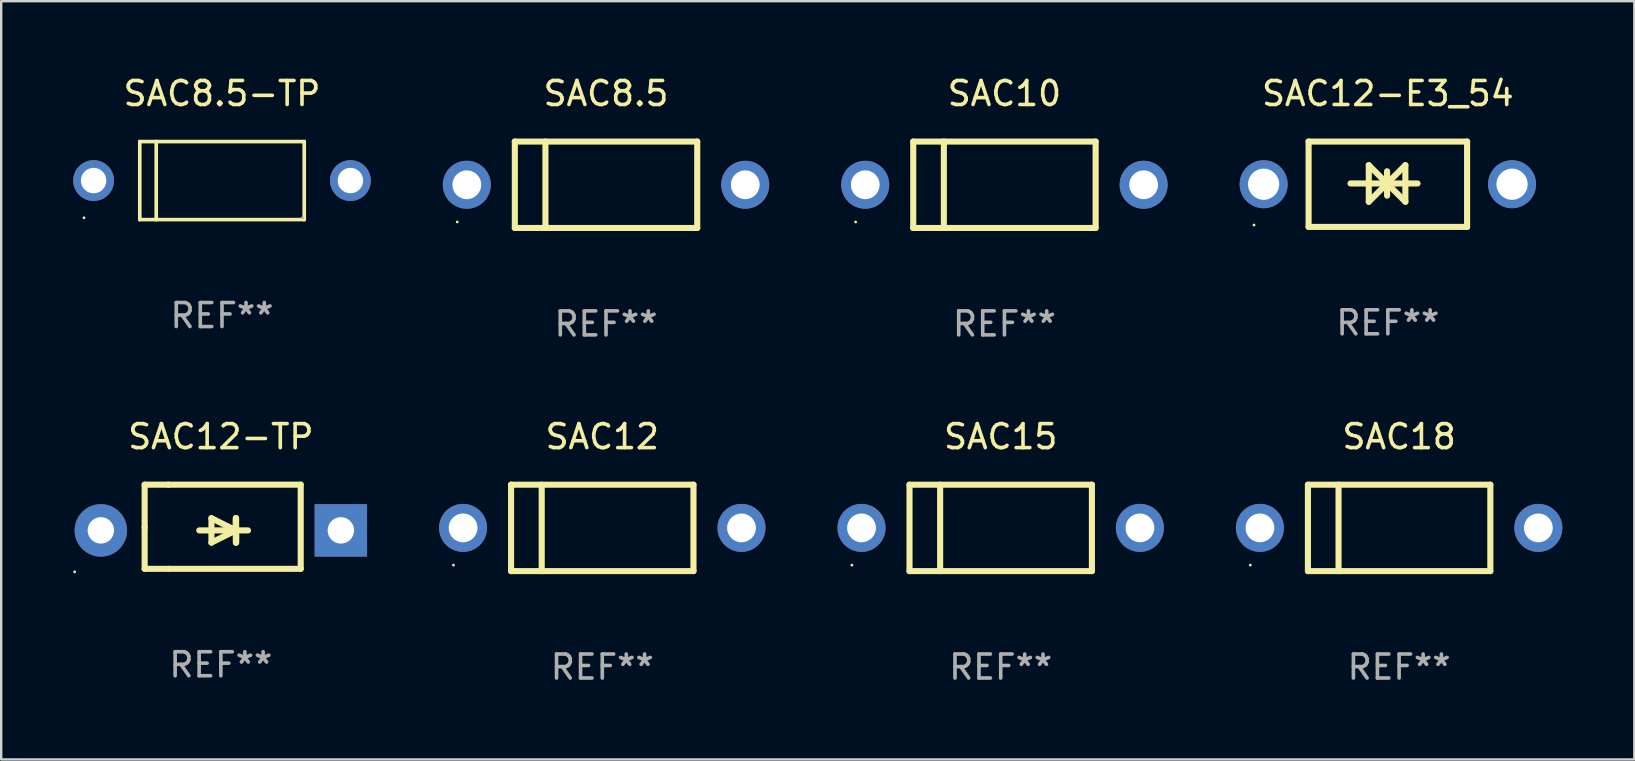
<source format=kicad_pcb>
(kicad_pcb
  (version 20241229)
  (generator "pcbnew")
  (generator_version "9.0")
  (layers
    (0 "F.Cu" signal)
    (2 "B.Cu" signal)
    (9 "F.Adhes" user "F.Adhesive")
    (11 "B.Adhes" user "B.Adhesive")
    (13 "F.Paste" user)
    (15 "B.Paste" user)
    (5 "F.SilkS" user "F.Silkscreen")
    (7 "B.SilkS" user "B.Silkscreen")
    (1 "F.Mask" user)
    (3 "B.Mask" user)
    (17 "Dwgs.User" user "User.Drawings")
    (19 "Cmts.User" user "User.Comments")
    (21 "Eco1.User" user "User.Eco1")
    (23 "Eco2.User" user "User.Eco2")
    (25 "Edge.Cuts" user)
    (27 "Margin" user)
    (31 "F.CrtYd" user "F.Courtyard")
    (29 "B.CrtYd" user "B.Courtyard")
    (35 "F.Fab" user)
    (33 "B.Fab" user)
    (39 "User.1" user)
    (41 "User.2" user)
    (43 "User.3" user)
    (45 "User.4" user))
  (footprint "SAC12-TP"
    (layer "F.Cu")
    (at 6.152 18.897)
    (property "Reference" "SAC12-TP" (at 0 -3.753 0) (layer "F.SilkS") (effects (font (size 1 1) (thickness 0.15))))
    (attr through_hole)
    (fp_line (start -3.175 -1.753) (end -2.184 -1.753) (stroke (width 0.254) (type solid)) (layer "F.SilkS"))
    (fp_line (start -3.175 0.025) (end -3.175 -1.753) (stroke (width 0.254) (type solid)) (layer "F.SilkS"))
    (fp_line (start -3.175 1.753) (end -3.175 0.025) (stroke (width 0.254) (type solid)) (layer "F.SilkS"))
    (fp_line (start -2.184 -1.753) (end 3.327 -1.753) (stroke (width 0.254) (type solid)) (layer "F.SilkS"))
    (fp_line (start -2.184 1.753) (end -3.175 1.753) (stroke (width 0.254) (type solid)) (layer "F.SilkS"))
    (fp_line (start -0.9 0.152) (end 1.132 0.152) (stroke (width 0.254) (type solid)) (layer "F.SilkS"))
    (fp_line (start -0.392 -0.356) (end -0.392 0.66) (stroke (width 0.254) (type solid)) (layer "F.SilkS"))
    (fp_line (start -0.392 0.66) (end 0.624 0.152) (stroke (width 0.254) (type solid)) (layer "F.SilkS"))
    (fp_line (start 0.624 -0.356) (end 0.624 0.66) (stroke (width 0.254) (type solid)) (layer "F.SilkS"))
    (fp_line (start 0.624 0.152) (end -0.392 -0.356) (stroke (width 0.254) (type solid)) (layer "F.SilkS"))
    (fp_line (start 0.624 0.152) (end 0.624 -0.356) (stroke (width 0.254) (type solid)) (layer "F.SilkS"))
    (fp_line (start 0.636 0.152) (end 0.636 0.66) (stroke (width 0.254) (type solid)) (layer "F.SilkS"))
    (fp_line (start 0.636 0.66) (end 0.636 -0.356) (stroke (width 0.254) (type solid)) (layer "F.SilkS"))
    (fp_line (start 3.327 -1.753) (end 3.327 1.753) (stroke (width 0.254) (type solid)) (layer "F.SilkS"))
    (fp_line (start 3.327 1.753) (end -2.184 1.753) (stroke (width 0.254) (type solid)) (layer "F.SilkS"))
    (fp_circle (center -6.092 1.88) (end -6.062 1.88) (stroke (width 0.06) (type solid)) (fill no) (layer "F.SilkS"))
    (fp_text user "REF**" (at 0 5.753 0) (layer "F.Fab") (effects (font (size 1 1) (thickness 0.15))))
    (pad "1" thru_hole circle (at -5 0.152) (size 2.184 2.184) (drill 1.102) (layers "*.Cu" "*.Mask"))
    (pad "2" thru_hole rect (at 5 0.152) (size 2.184 2.184) (drill 1.102) (layers "*.Cu" "*.Mask")))
  (footprint "SAC10"
    (layer "F.Cu")
    (at 38.8 4.648)
    (property "Reference" "SAC10" (at 0 -3.8 0) (layer "F.SilkS") (effects (font (size 1 1) (thickness 0.15))))
    (attr through_hole)
    (fp_line (start -3.8 -1.8) (end -3.8 1.8) (stroke (width 0.254) (type solid)) (layer "F.SilkS"))
    (fp_line (start -3.8 -1.8) (end 3.8 -1.8) (stroke (width 0.254) (type solid)) (layer "F.SilkS"))
    (fp_line (start -3.8 1.8) (end 3.8 1.8) (stroke (width 0.254) (type solid)) (layer "F.SilkS"))
    (fp_line (start -2.524 -1.8) (end -2.524 1.8) (stroke (width 0.254) (type solid)) (layer "F.SilkS"))
    (fp_line (start 3.8 -1.8) (end 3.8 1.8) (stroke (width 0.254) (type solid)) (layer "F.SilkS"))
    (fp_circle (center -6.2 1.55) (end -6.17 1.55) (stroke (width 0.06) (type solid)) (fill no) (layer "F.SilkS"))
    (fp_text user "REF**" (at 0 5.8 0) (layer "F.Fab") (effects (font (size 1 1) (thickness 0.15))))
    (pad "1" thru_hole circle (at -5.8 0) (size 2 2) (drill 1.2) (layers "*.Cu" "*.Mask"))
    (pad "2" thru_hole circle (at 5.8 0) (size 2 2) (drill 1.2) (layers "*.Cu" "*.Mask")))
  (footprint "SAC12"
    (layer "F.Cu")
    (at 22.044 18.945)
    (property "Reference" "SAC12" (at 0 -3.8 0) (layer "F.SilkS") (effects (font (size 1 1) (thickness 0.15))))
    (attr through_hole)
    (fp_line (start -3.8 -1.8) (end -3.8 1.8) (stroke (width 0.254) (type solid)) (layer "F.SilkS"))
    (fp_line (start -3.8 -1.8) (end 3.8 -1.8) (stroke (width 0.254) (type solid)) (layer "F.SilkS"))
    (fp_line (start -3.8 1.8) (end 3.8 1.8) (stroke (width 0.254) (type solid)) (layer "F.SilkS"))
    (fp_line (start -2.524 -1.8) (end -2.524 1.8) (stroke (width 0.254) (type solid)) (layer "F.SilkS"))
    (fp_line (start 3.8 -1.8) (end 3.8 1.8) (stroke (width 0.254) (type solid)) (layer "F.SilkS"))
    (fp_circle (center -6.2 1.55) (end -6.17 1.55) (stroke (width 0.06) (type solid)) (fill no) (layer "F.SilkS"))
    (fp_text user "REF**" (at 0 5.8 0) (layer "F.Fab") (effects (font (size 1 1) (thickness 0.15))))
    (pad "1" thru_hole circle (at -5.8 0) (size 2 2) (drill 1.2) (layers "*.Cu" "*.Mask"))
    (pad "2" thru_hole circle (at 5.8 0) (size 2 2) (drill 1.2) (layers "*.Cu" "*.Mask")))
  (footprint "SAC8.5"
    (layer "F.Cu")
    (at 22.2 4.648)
    (property "Reference" "SAC8.5" (at 0 -3.8 0) (layer "F.SilkS") (effects (font (size 1 1) (thickness 0.15))))
    (attr through_hole)
    (fp_line (start -3.8 -1.8) (end -3.8 1.8) (stroke (width 0.254) (type solid)) (layer "F.SilkS"))
    (fp_line (start -3.8 -1.8) (end 3.8 -1.8) (stroke (width 0.254) (type solid)) (layer "F.SilkS"))
    (fp_line (start -3.8 1.8) (end 3.8 1.8) (stroke (width 0.254) (type solid)) (layer "F.SilkS"))
    (fp_line (start -2.524 -1.8) (end -2.524 1.8) (stroke (width 0.254) (type solid)) (layer "F.SilkS"))
    (fp_line (start 3.8 -1.8) (end 3.8 1.8) (stroke (width 0.254) (type solid)) (layer "F.SilkS"))
    (fp_circle (center -6.2 1.55) (end -6.17 1.55) (stroke (width 0.06) (type solid)) (fill no) (layer "F.SilkS"))
    (fp_text user "REF**" (at 0 5.8 0) (layer "F.Fab") (effects (font (size 1 1) (thickness 0.15))))
    (pad "1" thru_hole circle (at -5.8 0) (size 2 2) (drill 1.2) (layers "*.Cu" "*.Mask"))
    (pad "2" thru_hole circle (at 5.8 0) (size 2 2) (drill 1.2) (layers "*.Cu" "*.Mask")))
  (footprint "SAC15"
    (layer "F.Cu")
    (at 38.645 18.945)
    (property "Reference" "SAC15" (at 0 -3.8 0) (layer "F.SilkS") (effects (font (size 1 1) (thickness 0.15))))
    (attr through_hole)
    (fp_line (start -3.8 -1.8) (end -3.8 1.8) (stroke (width 0.254) (type solid)) (layer "F.SilkS"))
    (fp_line (start -3.8 -1.8) (end 3.8 -1.8) (stroke (width 0.254) (type solid)) (layer "F.SilkS"))
    (fp_line (start -3.8 1.8) (end 3.8 1.8) (stroke (width 0.254) (type solid)) (layer "F.SilkS"))
    (fp_line (start -2.524 -1.8) (end -2.524 1.8) (stroke (width 0.254) (type solid)) (layer "F.SilkS"))
    (fp_line (start 3.8 -1.8) (end 3.8 1.8) (stroke (width 0.254) (type solid)) (layer "F.SilkS"))
    (fp_circle (center -6.2 1.55) (end -6.17 1.55) (stroke (width 0.06) (type solid)) (fill no) (layer "F.SilkS"))
    (fp_text user "REF**" (at 0 5.8 0) (layer "F.Fab") (effects (font (size 1 1) (thickness 0.15))))
    (pad "1" thru_hole circle (at -5.8 0) (size 2 2) (drill 1.2) (layers "*.Cu" "*.Mask"))
    (pad "2" thru_hole circle (at 5.8 0) (size 2 2) (drill 1.2) (layers "*.Cu" "*.Mask")))
  (footprint "SAC8.5-TP"
    (layer "F.Cu")
    (at 6.2 4.474)
    (property "Reference" "SAC8.5-TP" (at 0 -3.626 0) (layer "F.SilkS") (effects (font (size 1 1) (thickness 0.15))))
    (attr through_hole)
    (fp_line (start -3.426 -1.626) (end 3.426 -1.626) (stroke (width 0.152) (type solid)) (layer "F.SilkS"))
    (fp_line (start -3.426 1.626) (end -3.426 -1.626) (stroke (width 0.152) (type solid)) (layer "F.SilkS"))
    (fp_line (start -2.741 -1.626) (end -2.741 1.626) (stroke (width 0.152) (type solid)) (layer "F.SilkS"))
    (fp_line (start 3.426 -1.626) (end 3.426 1.626) (stroke (width 0.152) (type solid)) (layer "F.SilkS"))
    (fp_line (start 3.426 1.626) (end -3.426 1.626) (stroke (width 0.152) (type solid)) (layer "F.SilkS"))
    (fp_circle (center -5.75 1.55) (end -5.72 1.55) (stroke (width 0.06) (type solid)) (fill no) (layer "F.SilkS"))
    (fp_circle (center 3.35 1.55) (end 3.38 1.55) (stroke (width 0.06) (type solid)) (fill no) (layer "F.Fab"))
    (fp_text user "REF**" (at 0 5.626 0) (layer "F.Fab") (effects (font (size 1 1) (thickness 0.15))))
    (pad "1" thru_hole circle (at -5.35 -0.000013) (size 1.7 1.7) (drill 1.06) (layers "*.Cu" "*.Mask"))
    (pad "2" thru_hole circle (at 5.35 -0.000013) (size 1.7 1.7) (drill 1.06) (layers "*.Cu" "*.Mask")))
  (footprint "SAC18"
    (layer "F.Cu")
    (at 55.245 18.945)
    (property "Reference" "SAC18" (at 0 -3.8 0) (layer "F.SilkS") (effects (font (size 1 1) (thickness 0.15))))
    (attr through_hole)
    (fp_line (start -3.8 -1.8) (end -3.8 1.8) (stroke (width 0.254) (type solid)) (layer "F.SilkS"))
    (fp_line (start -3.8 -1.8) (end 3.8 -1.8) (stroke (width 0.254) (type solid)) (layer "F.SilkS"))
    (fp_line (start -3.8 1.8) (end 3.8 1.8) (stroke (width 0.254) (type solid)) (layer "F.SilkS"))
    (fp_line (start -2.524 -1.8) (end -2.524 1.8) (stroke (width 0.254) (type solid)) (layer "F.SilkS"))
    (fp_line (start 3.8 -1.8) (end 3.8 1.8) (stroke (width 0.254) (type solid)) (layer "F.SilkS"))
    (fp_circle (center -6.2 1.55) (end -6.17 1.55) (stroke (width 0.06) (type solid)) (fill no) (layer "F.SilkS"))
    (fp_text user "REF**" (at 0 5.8 0) (layer "F.Fab") (effects (font (size 1 1) (thickness 0.15))))
    (pad "1" thru_hole circle (at -5.8 0) (size 2 2) (drill 1.2) (layers "*.Cu" "*.Mask"))
    (pad "2" thru_hole circle (at 5.8 0) (size 2 2) (drill 1.2) (layers "*.Cu" "*.Mask")))
  (footprint "SAC12-E3_54"
    (layer "F.Cu")
    (at 54.775 4.626)
    (property "Reference" "SAC12-E3_54" (at 0 -3.778 0) (layer "F.SilkS") (effects (font (size 1 1) (thickness 0.15))))
    (attr through_hole)
    (fp_line (start -3.302 -1.778) (end -3.302 1.778) (stroke (width 0.254) (type solid)) (layer "F.SilkS"))
    (fp_line (start -3.302 1.778) (end 3.302 1.778) (stroke (width 0.254) (type solid)) (layer "F.SilkS"))
    (fp_line (start -1.556 -0.032) (end 1.238 -0.032) (stroke (width 0.254) (type solid)) (layer "F.SilkS"))
    (fp_line (start -0.794 -0.794) (end 0.73 0.73) (stroke (width 0.254) (type solid)) (layer "F.SilkS"))
    (fp_line (start -0.794 0.73) (end -0.794 -0.794) (stroke (width 0.254) (type solid)) (layer "F.SilkS"))
    (fp_line (start -0.032 -0.54) (end -0.032 0.476) (stroke (width 0.254) (type solid)) (layer "F.SilkS"))
    (fp_line (start 0.73 -0.794) (end -0.794 0.73) (stroke (width 0.254) (type solid)) (layer "F.SilkS"))
    (fp_line (start 0.73 0.73) (end 0.73 -0.794) (stroke (width 0.254) (type solid)) (layer "F.SilkS"))
    (fp_line (start 3.302 -1.778) (end -3.302 -1.778) (stroke (width 0.254) (type solid)) (layer "F.SilkS"))
    (fp_line (start 3.302 1.778) (end 3.302 -1.778) (stroke (width 0.254) (type solid)) (layer "F.SilkS"))
    (fp_circle (center -5.576 1.7) (end -5.546 1.7) (stroke (width 0.06) (type solid)) (fill no) (layer "F.SilkS"))
    (fp_text user "REF**" (at 0 5.778 0) (layer "F.Fab") (effects (font (size 1 1) (thickness 0.15))))
    (pad "1" thru_hole circle (at -5.175 0) (size 2 2) (drill 1.3) (layers "*.Cu" "*.Mask"))
    (pad "2" thru_hole circle (at 5.175 0) (size 2 2) (drill 1.3) (layers "*.Cu" "*.Mask")))
  (gr_rect
    (start -3 -3)
    (end 65.045 28.593)
    (stroke (width 0.1) (type default))
    (fill no)
    (layer "Edge.Cuts")))
</source>
